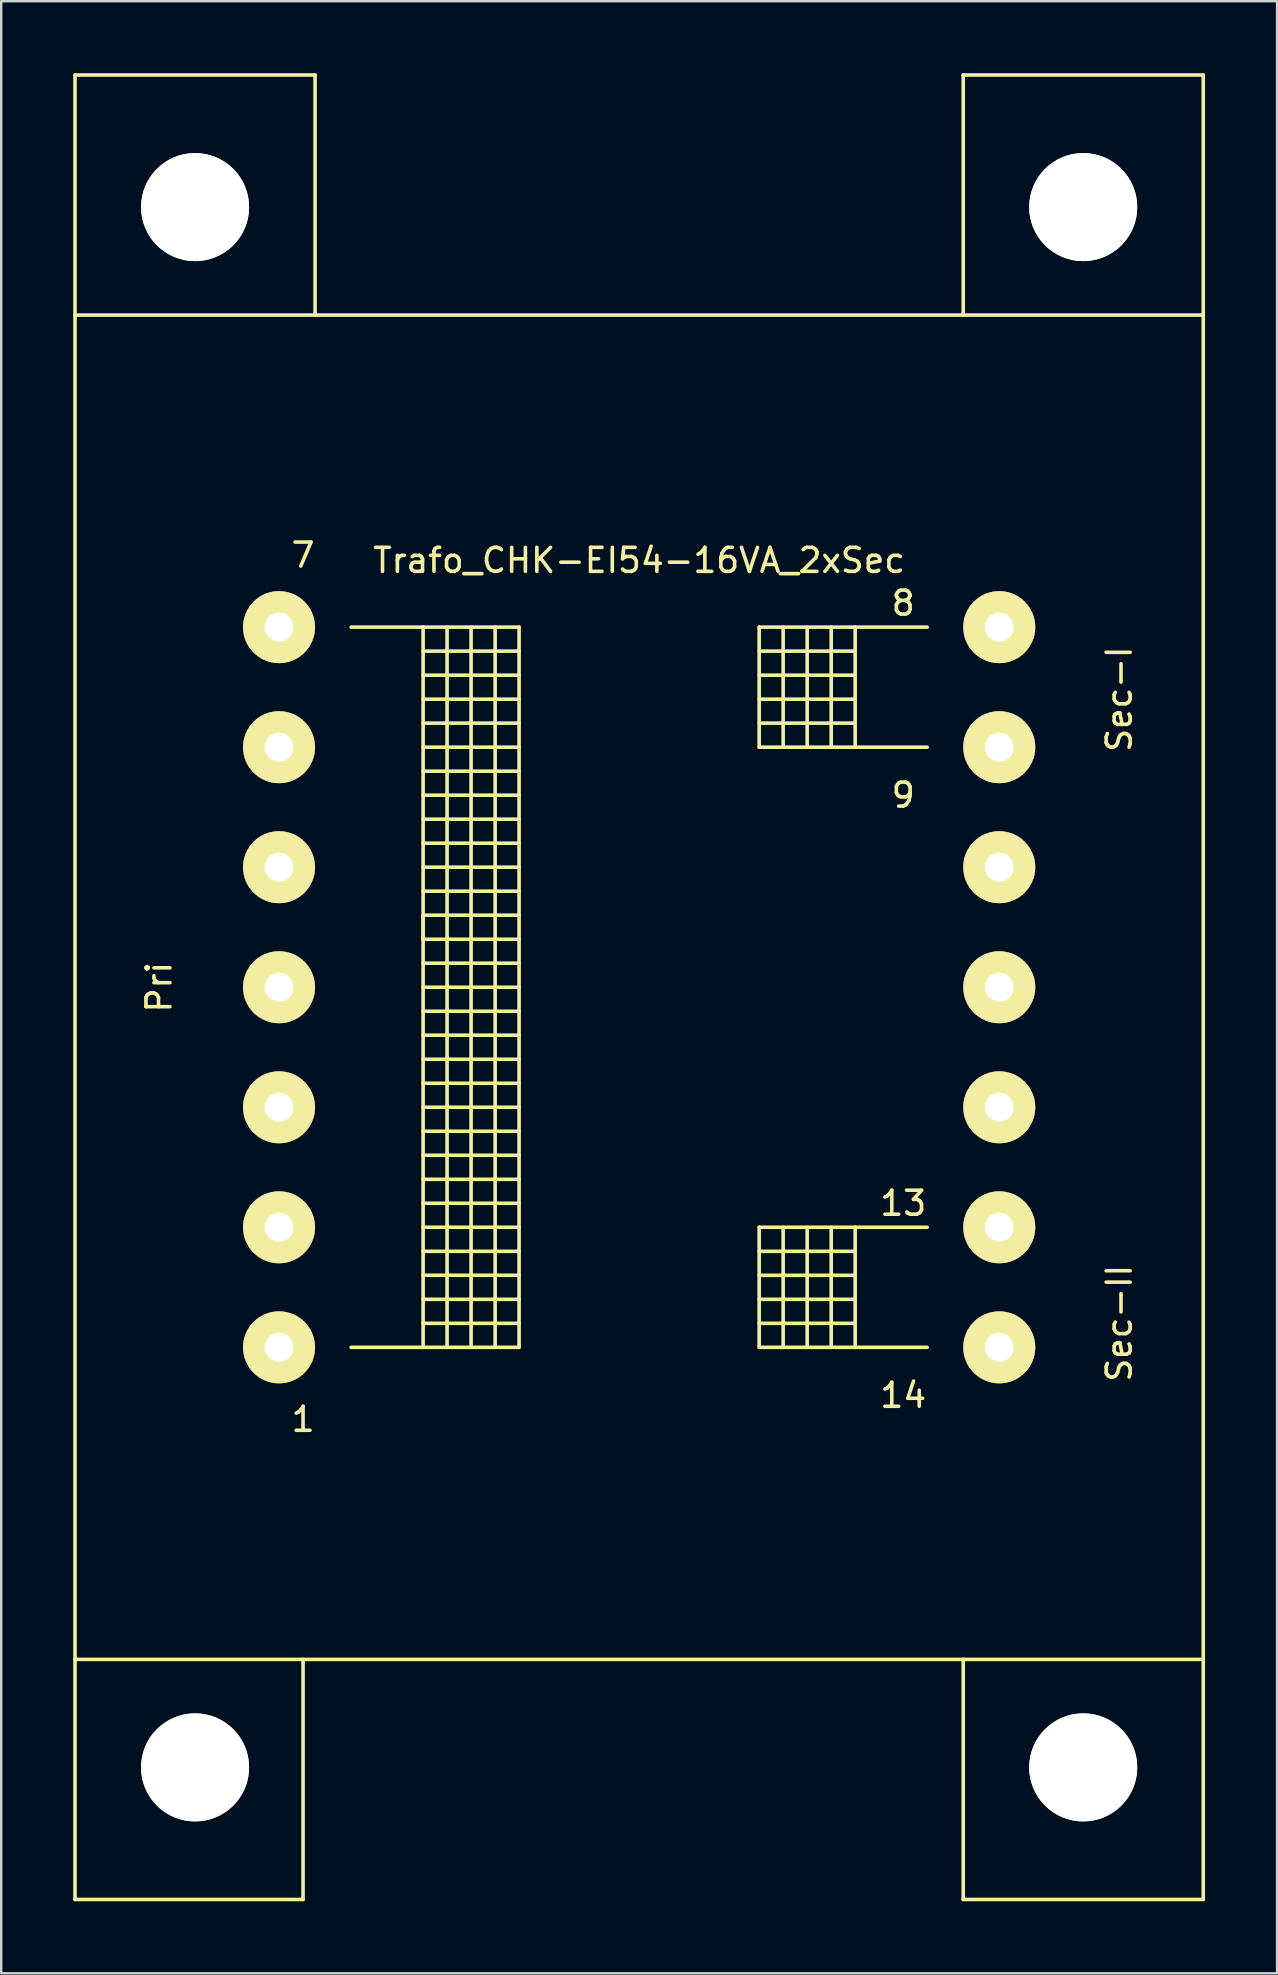
<source format=kicad_pcb>
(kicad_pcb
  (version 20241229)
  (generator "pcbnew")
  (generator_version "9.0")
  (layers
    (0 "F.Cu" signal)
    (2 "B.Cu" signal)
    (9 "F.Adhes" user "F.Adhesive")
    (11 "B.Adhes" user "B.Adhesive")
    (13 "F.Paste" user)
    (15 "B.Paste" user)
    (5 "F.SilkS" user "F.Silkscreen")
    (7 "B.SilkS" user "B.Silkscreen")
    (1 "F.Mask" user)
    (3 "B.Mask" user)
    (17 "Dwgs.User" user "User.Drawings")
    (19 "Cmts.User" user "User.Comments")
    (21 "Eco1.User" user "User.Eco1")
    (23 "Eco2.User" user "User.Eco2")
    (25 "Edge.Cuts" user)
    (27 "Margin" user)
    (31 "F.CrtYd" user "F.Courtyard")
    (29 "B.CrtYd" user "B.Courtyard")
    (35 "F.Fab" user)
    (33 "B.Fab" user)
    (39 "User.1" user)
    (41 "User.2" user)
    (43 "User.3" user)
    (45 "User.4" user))
  (footprint "Trafo_CHK-EI54-16VA_2xSec"
    (layer "F.Cu")
    (at 23.575 38.076)
    (property "Reference" "Trafo_CHK-EI54-16VA_2xSec" (at 0 -17.78 0) (layer "F.SilkS") (effects (font (size 1 1) (thickness 0.15))))
    (attr through_hole)
    (fp_line (start -23.5 -38.001) (end -13.5 -38.001) (stroke (width 0.15) (type solid)) (layer "F.SilkS"))
    (fp_line (start -23.5 -28.001) (end -23.5 -38.001) (stroke (width 0.15) (type solid)) (layer "F.SilkS"))
    (fp_line (start -23.5 -28.001) (end -23.5 28.001) (stroke (width 0.15) (type solid)) (layer "F.SilkS"))
    (fp_line (start -23.5 28.001) (end -23.5 38.001) (stroke (width 0.15) (type solid)) (layer "F.SilkS"))
    (fp_line (start -23.5 28.001) (end 23.5 28.001) (stroke (width 0.15) (type solid)) (layer "F.SilkS"))
    (fp_line (start -23.5 38.001) (end -14 38.001) (stroke (width 0.15) (type solid)) (layer "F.SilkS"))
    (fp_line (start -14 38.001) (end -14 28.001) (stroke (width 0.15) (type solid)) (layer "F.SilkS"))
    (fp_line (start -13.5 -38.001) (end -13.5 -28.001) (stroke (width 0.15) (type solid)) (layer "F.SilkS"))
    (fp_line (start -11.999 -15.001) (end -8.999 -15.001) (stroke (width 0.15) (type solid)) (layer "F.SilkS"))
    (fp_line (start -8.999 -15.001) (end -8.999 15.001) (stroke (width 0.15) (type solid)) (layer "F.SilkS"))
    (fp_line (start -8.999 -15.001) (end -5.001 -15.001) (stroke (width 0.15) (type solid)) (layer "F.SilkS"))
    (fp_line (start -8.999 -14) (end -5.001 -14) (stroke (width 0.15) (type solid)) (layer "F.SilkS"))
    (fp_line (start -8.999 -11.999) (end -5.001 -11.999) (stroke (width 0.15) (type solid)) (layer "F.SilkS"))
    (fp_line (start -8.999 -10) (end -5.001 -10) (stroke (width 0.15) (type solid)) (layer "F.SilkS"))
    (fp_line (start -8.999 -8.001) (end -5.001 -8.001) (stroke (width 0.15) (type solid)) (layer "F.SilkS"))
    (fp_line (start -8.999 -5.999) (end -5.001 -5.999) (stroke (width 0.15) (type solid)) (layer "F.SilkS"))
    (fp_line (start -8.999 -4) (end -5.001 -4) (stroke (width 0.15) (type solid)) (layer "F.SilkS"))
    (fp_line (start -8.999 -3) (end -8.999 -1.999) (stroke (width 0.15) (type solid)) (layer "F.SilkS"))
    (fp_line (start -8.999 -1.999) (end -5.001 -1.999) (stroke (width 0.15) (type solid)) (layer "F.SilkS"))
    (fp_line (start -8.999 0) (end -5.001 0) (stroke (width 0.15) (type solid)) (layer "F.SilkS"))
    (fp_line (start -8.999 1.999) (end -5.001 1.999) (stroke (width 0.15) (type solid)) (layer "F.SilkS"))
    (fp_line (start -8.999 4) (end -5.001 4) (stroke (width 0.15) (type solid)) (layer "F.SilkS"))
    (fp_line (start -8.999 5.999) (end -5.001 5.999) (stroke (width 0.15) (type solid)) (layer "F.SilkS"))
    (fp_line (start -8.999 8.001) (end -5.001 8.001) (stroke (width 0.15) (type solid)) (layer "F.SilkS"))
    (fp_line (start -8.999 10) (end -5.001 10) (stroke (width 0.15) (type solid)) (layer "F.SilkS"))
    (fp_line (start -8.999 11.999) (end -5.001 11.999) (stroke (width 0.15) (type solid)) (layer "F.SilkS"))
    (fp_line (start -8.999 14) (end -5.001 14) (stroke (width 0.15) (type solid)) (layer "F.SilkS"))
    (fp_line (start -8.999 15.001) (end -11.999 15.001) (stroke (width 0.15) (type solid)) (layer "F.SilkS"))
    (fp_line (start -8.001 15.001) (end -8.001 -15.001) (stroke (width 0.15) (type solid)) (layer "F.SilkS"))
    (fp_line (start -7 -15.001) (end -7 15.001) (stroke (width 0.15) (type solid)) (layer "F.SilkS"))
    (fp_line (start -5.999 15.001) (end -5.999 -15.001) (stroke (width 0.15) (type solid)) (layer "F.SilkS"))
    (fp_line (start -5.001 -15.001) (end -5.001 15.001) (stroke (width 0.15) (type solid)) (layer "F.SilkS"))
    (fp_line (start -5.001 -13) (end -8.999 -13) (stroke (width 0.15) (type solid)) (layer "F.SilkS"))
    (fp_line (start -5.001 -11.001) (end -8.999 -11.001) (stroke (width 0.15) (type solid)) (layer "F.SilkS"))
    (fp_line (start -5.001 -8.999) (end -8.999 -8.999) (stroke (width 0.15) (type solid)) (layer "F.SilkS"))
    (fp_line (start -5.001 -7) (end -8.999 -7) (stroke (width 0.15) (type solid)) (layer "F.SilkS"))
    (fp_line (start -5.001 -5.001) (end -8.999 -5.001) (stroke (width 0.15) (type solid)) (layer "F.SilkS"))
    (fp_line (start -5.001 -3) (end -8.999 -3) (stroke (width 0.15) (type solid)) (layer "F.SilkS"))
    (fp_line (start -5.001 -1.001) (end -8.999 -1.001) (stroke (width 0.15) (type solid)) (layer "F.SilkS"))
    (fp_line (start -5.001 1.001) (end -8.999 1.001) (stroke (width 0.15) (type solid)) (layer "F.SilkS"))
    (fp_line (start -5.001 3) (end -8.999 3) (stroke (width 0.15) (type solid)) (layer "F.SilkS"))
    (fp_line (start -5.001 5.001) (end -8.999 5.001) (stroke (width 0.15) (type solid)) (layer "F.SilkS"))
    (fp_line (start -5.001 7) (end -8.999 7) (stroke (width 0.15) (type solid)) (layer "F.SilkS"))
    (fp_line (start -5.001 8.999) (end -8.999 8.999) (stroke (width 0.15) (type solid)) (layer "F.SilkS"))
    (fp_line (start -5.001 11.001) (end -8.999 11.001) (stroke (width 0.15) (type solid)) (layer "F.SilkS"))
    (fp_line (start -5.001 13) (end -8.999 13) (stroke (width 0.15) (type solid)) (layer "F.SilkS"))
    (fp_line (start -5.001 15.001) (end -8.999 15.001) (stroke (width 0.15) (type solid)) (layer "F.SilkS"))
    (fp_line (start 5.001 -15.001) (end 5.001 -10) (stroke (width 0.15) (type solid)) (layer "F.SilkS"))
    (fp_line (start 5.001 -14) (end 8.999 -14) (stroke (width 0.15) (type solid)) (layer "F.SilkS"))
    (fp_line (start 5.001 -11.999) (end 8.999 -11.999) (stroke (width 0.15) (type solid)) (layer "F.SilkS"))
    (fp_line (start 5.001 -10) (end 8.999 -10) (stroke (width 0.15) (type solid)) (layer "F.SilkS"))
    (fp_line (start 5.001 10) (end 5.001 15.001) (stroke (width 0.15) (type solid)) (layer "F.SilkS"))
    (fp_line (start 5.001 11.001) (end 8.999 11.001) (stroke (width 0.15) (type solid)) (layer "F.SilkS"))
    (fp_line (start 5.001 13.002) (end 8.999 13.002) (stroke (width 0.15) (type solid)) (layer "F.SilkS"))
    (fp_line (start 5.001 15.001) (end 8.999 15.001) (stroke (width 0.15) (type solid)) (layer "F.SilkS"))
    (fp_line (start 5.999 -10) (end 5.999 -15.001) (stroke (width 0.15) (type solid)) (layer "F.SilkS"))
    (fp_line (start 5.999 15.001) (end 5.999 10) (stroke (width 0.15) (type solid)) (layer "F.SilkS"))
    (fp_line (start 7 -15.001) (end 7 -10) (stroke (width 0.15) (type solid)) (layer "F.SilkS"))
    (fp_line (start 7 10) (end 7 15.001) (stroke (width 0.15) (type solid)) (layer "F.SilkS"))
    (fp_line (start 8.001 -10) (end 8.001 -15.001) (stroke (width 0.15) (type solid)) (layer "F.SilkS"))
    (fp_line (start 8.001 15.001) (end 8.001 10) (stroke (width 0.15) (type solid)) (layer "F.SilkS"))
    (fp_line (start 8.999 -15.001) (end 5.001 -15.001) (stroke (width 0.15) (type solid)) (layer "F.SilkS"))
    (fp_line (start 8.999 -15.001) (end 8.999 -10) (stroke (width 0.15) (type solid)) (layer "F.SilkS"))
    (fp_line (start 8.999 -13) (end 5.001 -13) (stroke (width 0.15) (type solid)) (layer "F.SilkS"))
    (fp_line (start 8.999 -11.001) (end 5.001 -11.001) (stroke (width 0.15) (type solid)) (layer "F.SilkS"))
    (fp_line (start 8.999 -10) (end 11.999 -10) (stroke (width 0.15) (type solid)) (layer "F.SilkS"))
    (fp_line (start 8.999 10) (end 5.001 10) (stroke (width 0.15) (type solid)) (layer "F.SilkS"))
    (fp_line (start 8.999 10) (end 8.999 15.001) (stroke (width 0.15) (type solid)) (layer "F.SilkS"))
    (fp_line (start 8.999 12.002) (end 5.001 12.002) (stroke (width 0.15) (type solid)) (layer "F.SilkS"))
    (fp_line (start 8.999 14) (end 5.001 14) (stroke (width 0.15) (type solid)) (layer "F.SilkS"))
    (fp_line (start 8.999 15.001) (end 11.999 15.001) (stroke (width 0.15) (type solid)) (layer "F.SilkS"))
    (fp_line (start 11.999 -15.001) (end 8.999 -15.001) (stroke (width 0.15) (type solid)) (layer "F.SilkS"))
    (fp_line (start 11.999 10) (end 8.999 10) (stroke (width 0.15) (type solid)) (layer "F.SilkS"))
    (fp_line (start 13.5 -38.001) (end 13.5 -28.001) (stroke (width 0.15) (type solid)) (layer "F.SilkS"))
    (fp_line (start 13.5 38.001) (end 13.5 28.001) (stroke (width 0.15) (type solid)) (layer "F.SilkS"))
    (fp_line (start 23.5 -38.001) (end 13.5 -38.001) (stroke (width 0.15) (type solid)) (layer "F.SilkS"))
    (fp_line (start 23.5 -28.001) (end -23.5 -28.001) (stroke (width 0.15) (type solid)) (layer "F.SilkS"))
    (fp_line (start 23.5 -28.001) (end 23.5 -38.001) (stroke (width 0.15) (type solid)) (layer "F.SilkS"))
    (fp_line (start 23.5 28.001) (end 23.5 -28.001) (stroke (width 0.15) (type solid)) (layer "F.SilkS"))
    (fp_line (start 23.5 28.001) (end 23.5 38.001) (stroke (width 0.15) (type solid)) (layer "F.SilkS"))
    (fp_line (start 23.5 38.001) (end 13.5 38.001) (stroke (width 0.15) (type solid)) (layer "F.SilkS"))
    (fp_text user "Sec-II" (at 20 14 90) (layer "F.SilkS") (effects (font (size 1 1) (thickness 0.15))))
    (fp_text user "7" (at -14 -18.001 0) (layer "F.SilkS") (effects (font (size 1 1) (thickness 0.15))))
    (fp_text user "8" (at 11.001 -15.999 0) (layer "F.SilkS") (effects (font (size 1 1) (thickness 0.15))))
    (fp_text user "Pri" (at -20 0 90) (layer "F.SilkS") (effects (font (size 1 1) (thickness 0.15))))
    (fp_text user "14" (at 11.001 17 0) (layer "F.SilkS") (effects (font (size 1 1) (thickness 0.15))))
    (fp_text user "Sec-I" (at 20 -11.999 90) (layer "F.SilkS") (effects (font (size 1 1) (thickness 0.15))))
    (fp_text user "13" (at 11.001 8.999 0) (layer "F.SilkS") (effects (font (size 1 1) (thickness 0.15))))
    (fp_text user "9" (at 11.001 -8.001 0) (layer "F.SilkS") (effects (font (size 1 1) (thickness 0.15))))
    (fp_text user "1" (at -14 18.001 0) (layer "F.SilkS") (effects (font (size 1 1) (thickness 0.15))))
    (pad "" np_thru_hole circle (at -18.499 -32.499) (size 4.501 4.501) (drill 4.501) (layers "*.Cu" "*.Mask" "F.SilkS"))
    (pad "" np_thru_hole circle (at -18.499 32.499) (size 4.501 4.501) (drill 4.501) (layers "*.Cu" "*.Mask" "F.SilkS"))
    (pad "" np_thru_hole circle (at 18.499 -32.499) (size 4.501 4.501) (drill 4.501) (layers "*.Cu" "*.Mask" "F.SilkS"))
    (pad "" np_thru_hole circle (at 18.499 32.499) (size 4.501 4.501) (drill 4.501) (layers "*.Cu" "*.Mask" "F.SilkS"))
    (pad "1" thru_hole circle (at -15.001 15.001) (size 3 3) (drill 1.199) (layers "*.Cu" "*.Mask" "F.SilkS"))
    (pad "2" thru_hole circle (at -15.001 10) (size 3 3) (drill 1.199) (layers "*.Cu" "*.Mask" "F.SilkS"))
    (pad "3" thru_hole circle (at -15.001 5.001) (size 3 3) (drill 1.199) (layers "*.Cu" "*.Mask" "F.SilkS"))
    (pad "4" thru_hole circle (at -15.001 0) (size 3 3) (drill 1.199) (layers "*.Cu" "*.Mask" "F.SilkS"))
    (pad "5" thru_hole circle (at -15.001 -5.001) (size 3 3) (drill 1.199) (layers "*.Cu" "*.Mask" "F.SilkS"))
    (pad "6" thru_hole circle (at -15.001 -10) (size 3 3) (drill 1.199) (layers "*.Cu" "*.Mask" "F.SilkS"))
    (pad "7" thru_hole circle (at -15.001 -15.001) (size 3 3) (drill 1.199) (layers "*.Cu" "*.Mask" "F.SilkS"))
    (pad "8" thru_hole circle (at 15.001 -15.001) (size 3 3) (drill 1.199) (layers "*.Cu" "*.Mask" "F.SilkS"))
    (pad "9" thru_hole circle (at 15.001 -10) (size 3 3) (drill 1.199) (layers "*.Cu" "*.Mask" "F.SilkS"))
    (pad "10" thru_hole circle (at 15.001 -5.001) (size 3 3) (drill 1.199) (layers "*.Cu" "*.Mask" "F.SilkS"))
    (pad "11" thru_hole circle (at 15.001 0) (size 3 3) (drill 1.199) (layers "*.Cu" "*.Mask" "F.SilkS"))
    (pad "12" thru_hole circle (at 15.001 5.001) (size 3 3) (drill 1.199) (layers "*.Cu" "*.Mask" "F.SilkS"))
    (pad "13" thru_hole circle (at 15.001 10) (size 3 3) (drill 1.199) (layers "*.Cu" "*.Mask" "F.SilkS"))
    (pad "14" thru_hole circle (at 15.001 15.001) (size 3 3) (drill 1.199) (layers "*.Cu" "*.Mask" "F.SilkS")))
  (gr_rect
    (start -3 -3)
    (end 50.15 79.152)
    (stroke (width 0.1) (type default))
    (fill no)
    (layer "Edge.Cuts")))
</source>
